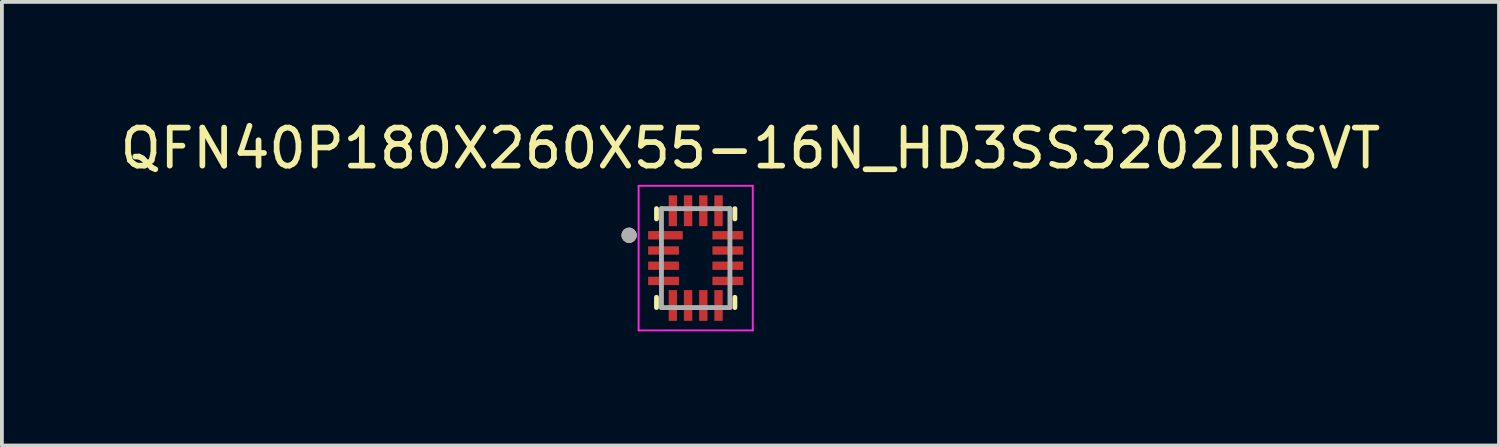
<source format=kicad_pcb>
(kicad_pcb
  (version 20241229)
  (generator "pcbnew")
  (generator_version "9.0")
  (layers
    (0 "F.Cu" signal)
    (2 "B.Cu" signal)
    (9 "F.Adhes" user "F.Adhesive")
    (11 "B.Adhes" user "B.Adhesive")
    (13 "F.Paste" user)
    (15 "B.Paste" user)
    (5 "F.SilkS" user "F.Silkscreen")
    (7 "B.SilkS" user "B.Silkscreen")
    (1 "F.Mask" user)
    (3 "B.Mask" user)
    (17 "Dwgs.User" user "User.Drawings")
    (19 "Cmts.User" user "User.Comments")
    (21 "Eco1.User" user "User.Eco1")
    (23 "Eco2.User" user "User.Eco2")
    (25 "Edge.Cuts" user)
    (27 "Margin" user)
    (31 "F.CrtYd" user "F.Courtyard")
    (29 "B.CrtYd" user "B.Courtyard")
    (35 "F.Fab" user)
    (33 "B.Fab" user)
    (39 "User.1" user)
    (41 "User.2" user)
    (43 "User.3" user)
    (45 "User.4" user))
  (footprint "QFN40P180X260X55-16N_HD3SS3202IRSVT"
    (layer "F.Cu")
    (at 15.233 3.733)
    (property "Reference" "QFN40P180X260X55-16N_HD3SS3202IRSVT" (at 1.44 -2.885 0) (layer "F.SilkS") (effects (font (size 1 1) (thickness 0.15))))
    (attr through_hole)
    (fp_line (start -1.03 -1.3) (end -1.03 -1.03) (stroke (width 0.127) (type solid)) (layer "F.SilkS"))
    (fp_line (start -1.03 1.3) (end -1.03 1.03) (stroke (width 0.127) (type solid)) (layer "F.SilkS"))
    (fp_line (start 1.03 -1.3) (end 1.03 -1.03) (stroke (width 0.127) (type solid)) (layer "F.SilkS"))
    (fp_line (start 1.03 1.3) (end 1.03 1.03) (stroke (width 0.127) (type solid)) (layer "F.SilkS"))
    (fp_circle (center -1.75 -0.6) (end -1.65 -0.6) (stroke (width 0.2) (type solid)) (fill no) (layer "F.SilkS"))
    (fp_line (start -1.5 1.9) (end -1.5 -1.9) (stroke (width 0.05) (type solid)) (layer "F.CrtYd"))
    (fp_line (start 1.5 -1.9) (end -1.5 -1.9) (stroke (width 0.05) (type solid)) (layer "F.CrtYd"))
    (fp_line (start 1.5 1.9) (end -1.5 1.9) (stroke (width 0.05) (type solid)) (layer "F.CrtYd"))
    (fp_line (start 1.5 1.9) (end 1.5 -1.9) (stroke (width 0.05) (type solid)) (layer "F.CrtYd"))
    (fp_line (start -0.9 -1.3) (end -0.9 1.3) (stroke (width 0.127) (type solid)) (layer "F.Fab"))
    (fp_line (start 0.9 -1.3) (end -0.9 -1.3) (stroke (width 0.127) (type solid)) (layer "F.Fab"))
    (fp_line (start 0.9 -1.3) (end 0.9 1.3) (stroke (width 0.127) (type solid)) (layer "F.Fab"))
    (fp_line (start 0.9 1.3) (end -0.9 1.3) (stroke (width 0.127) (type solid)) (layer "F.Fab"))
    (fp_circle (center -1.75 -0.6) (end -1.65 -0.6) (stroke (width 0.2) (type solid)) (fill no) (layer "F.Fab"))
    (pad "1" smd roundrect (at -0.795 -0.6) (size 0.91 0.22) (layers "F.Cu" "F.Mask" "F.Paste") (roundrect_rratio 0.03))
    (pad "2" smd roundrect (at -0.845 -0.2) (size 0.81 0.22) (layers "F.Cu" "F.Mask" "F.Paste") (roundrect_rratio 0.03))
    (pad "3" smd roundrect (at -0.845 0.2) (size 0.81 0.22) (layers "F.Cu" "F.Mask" "F.Paste") (roundrect_rratio 0.03))
    (pad "4" smd roundrect (at -0.845 0.6) (size 0.81 0.22) (layers "F.Cu" "F.Mask" "F.Paste") (roundrect_rratio 0.03))
    (pad "5" smd roundrect (at -0.6 1.245) (size 0.22 0.81) (layers "F.Cu" "F.Mask" "F.Paste") (roundrect_rratio 0.03))
    (pad "6" smd roundrect (at -0.2 1.245) (size 0.22 0.81) (layers "F.Cu" "F.Mask" "F.Paste") (roundrect_rratio 0.03))
    (pad "7" smd roundrect (at 0.2 1.245) (size 0.22 0.81) (layers "F.Cu" "F.Mask" "F.Paste") (roundrect_rratio 0.03))
    (pad "8" smd roundrect (at 0.6 1.245) (size 0.22 0.81) (layers "F.Cu" "F.Mask" "F.Paste") (roundrect_rratio 0.03))
    (pad "9" smd roundrect (at 0.845 0.6) (size 0.81 0.22) (layers "F.Cu" "F.Mask" "F.Paste") (roundrect_rratio 0.03))
    (pad "10" smd roundrect (at 0.845 0.2) (size 0.81 0.22) (layers "F.Cu" "F.Mask" "F.Paste") (roundrect_rratio 0.03))
    (pad "11" smd roundrect (at 0.845 -0.2) (size 0.81 0.22) (layers "F.Cu" "F.Mask" "F.Paste") (roundrect_rratio 0.03))
    (pad "12" smd roundrect (at 0.845 -0.6) (size 0.81 0.22) (layers "F.Cu" "F.Mask" "F.Paste") (roundrect_rratio 0.03))
    (pad "13" smd roundrect (at 0.6 -1.245) (size 0.22 0.81) (layers "F.Cu" "F.Mask" "F.Paste") (roundrect_rratio 0.03))
    (pad "14" smd roundrect (at 0.2 -1.245) (size 0.22 0.81) (layers "F.Cu" "F.Mask" "F.Paste") (roundrect_rratio 0.03))
    (pad "15" smd roundrect (at -0.2 -1.245) (size 0.22 0.81) (layers "F.Cu" "F.Mask" "F.Paste") (roundrect_rratio 0.03))
    (pad "16" smd roundrect (at -0.6 -1.245) (size 0.22 0.81) (layers "F.Cu" "F.Mask" "F.Paste") (roundrect_rratio 0.03)))
  (gr_rect
    (start -3 -3)
    (end 36.345 8.658)
    (stroke (width 0.1) (type default))
    (fill no)
    (layer "Edge.Cuts")))
</source>
